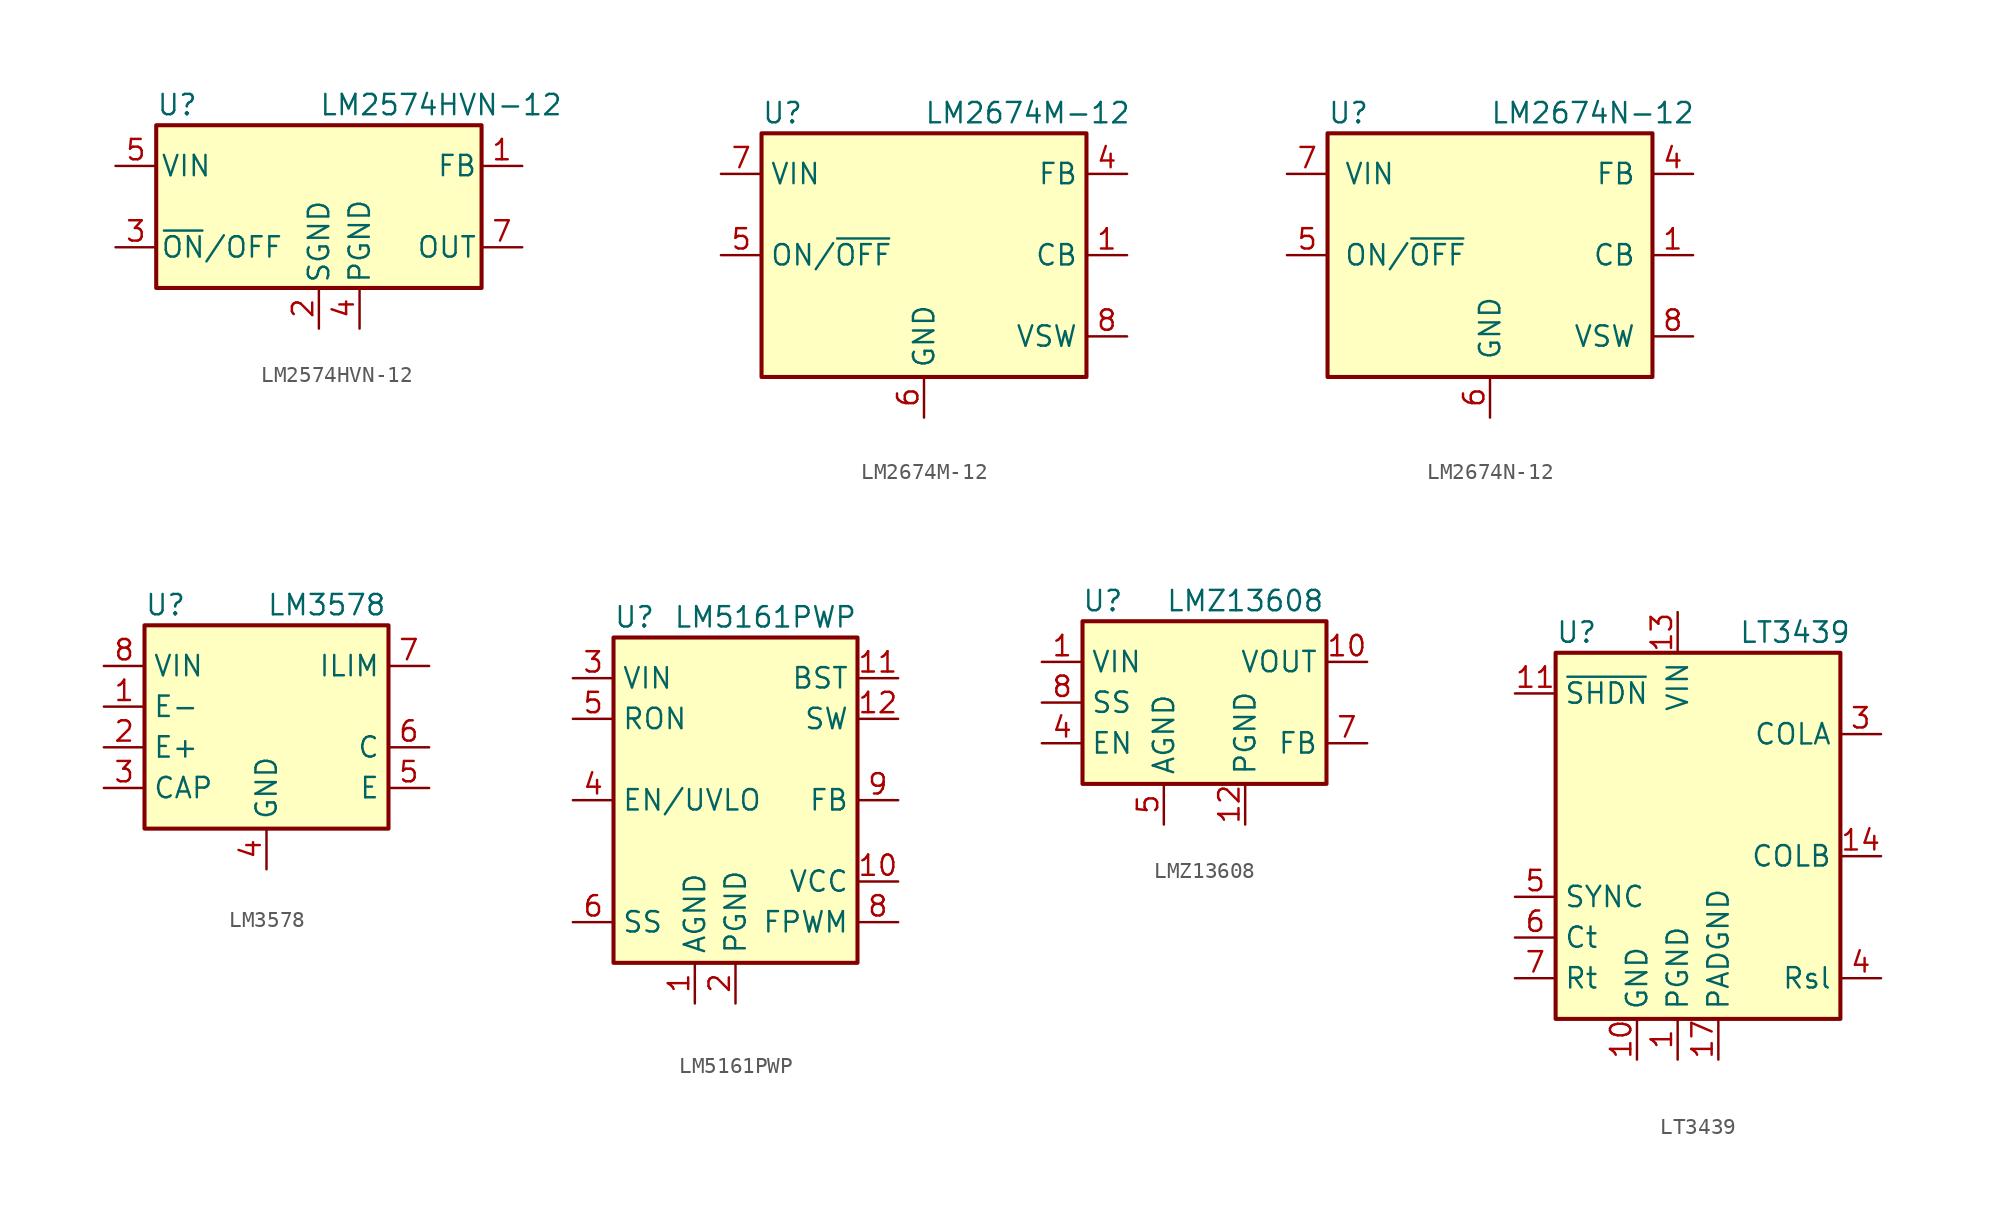
<source format=kicad_sym>
(kicad_symbol_lib
  (version 20201005)
  (generator kicad_symbol_editor)
  (symbol "Regulator_Switching:LM2574HVN-12"
    (pin_names
      (offset 0.254))
    (property "Reference" "U"
      (at -10.16 6.35 0)
      (effects (font (size 1.27 1.27)) (justify left)))
    (property "Value" "LM2574HVN-12"
      (at 0 6.35 0)
      (effects (font (size 1.27 1.27)) (justify left)))
    (symbol "LM2574HVN-12_0_1"
      (rectangle (start -10.16 5.08) (end 10.16 -5.08) (stroke (width 0.254)) (fill (type background))))
    (symbol "LM2574HVN-12_1_1"
      (pin input line (at 12.7 2.54 180) (length 2.54) (name "FB" (effects (font (size 1.27 1.27)))) (number "1" (effects (font (size 1.27 1.27)))))
      (pin power_in line (at 0 -7.62 90) (length 2.54) (name "SGND" (effects (font (size 1.27 1.27)))) (number "2" (effects (font (size 1.27 1.27)))))
      (pin input line (at -12.7 -2.54 0) (length 2.54) (name "~ON~/OFF" (effects (font (size 1.27 1.27)))) (number "3" (effects (font (size 1.27 1.27)))))
      (pin power_in line (at 2.54 -7.62 90) (length 2.54) (name "PGND" (effects (font (size 1.27 1.27)))) (number "4" (effects (font (size 1.27 1.27)))))
      (pin power_in line (at -12.7 2.54 0) (length 2.54) (name "VIN" (effects (font (size 1.27 1.27)))) (number "5" (effects (font (size 1.27 1.27)))))
      (pin no_connect line (at -10.16 0 0) (length 2.54) hide (name "NC" (effects (font (size 1.27 1.27)))) (number "6" (effects (font (size 1.27 1.27)))))
      (pin output line (at 12.7 -2.54 180) (length 2.54) (name "OUT" (effects (font (size 1.27 1.27)))) (number "7" (effects (font (size 1.27 1.27)))))
      (pin no_connect line (at 10.16 0 180) (length 2.54) hide (name "NC" (effects (font (size 1.27 1.27)))) (number "8" (effects (font (size 1.27 1.27)))))))
  (symbol "Regulator_Switching:LM2674M-12"
    (property "Reference" "U"
      (at -10.16 8.89 0)
      (effects (font (size 1.27 1.27)) (justify left)))
    (property "Value" "LM2674M-12"
      (at 0 8.89 0)
      (effects (font (size 1.27 1.27)) (justify left)))
    (symbol "LM2674M-12_0_1"
      (rectangle (start -10.16 7.62) (end 10.16 -7.62) (stroke (width 0.254)) (fill (type background))))
    (symbol "LM2674M-12_1_1"
      (pin input line (at 12.7 0 180) (length 2.54) (name "CB" (effects (font (size 1.27 1.27)))) (number "1" (effects (font (size 1.27 1.27)))))
      (pin no_connect line (at -10.16 -2.54 0) (length 2.54) hide (name "NC" (effects (font (size 1.27 1.27)))) (number "2" (effects (font (size 1.27 1.27)))))
      (pin no_connect line (at -10.16 -5.08 0) (length 2.54) hide (name "NC" (effects (font (size 1.27 1.27)))) (number "3" (effects (font (size 1.27 1.27)))))
      (pin input line (at 12.7 5.08 180) (length 2.54) (name "FB" (effects (font (size 1.27 1.27)))) (number "4" (effects (font (size 1.27 1.27)))))
      (pin input line (at -12.7 0 0) (length 2.54) (name "ON/~OFF" (effects (font (size 1.27 1.27)))) (number "5" (effects (font (size 1.27 1.27)))))
      (pin power_in line (at 0 -10.16 90) (length 2.54) (name "GND" (effects (font (size 1.27 1.27)))) (number "6" (effects (font (size 1.27 1.27)))))
      (pin power_in line (at -12.7 5.08 0) (length 2.54) (name "VIN" (effects (font (size 1.27 1.27)))) (number "7" (effects (font (size 1.27 1.27)))))
      (pin output line (at 12.7 -5.08 180) (length 2.54) (name "VSW" (effects (font (size 1.27 1.27)))) (number "8" (effects (font (size 1.27 1.27)))))))
  (symbol "Regulator_Switching:LM2674N-12"
    (pin_names
      (offset 1.016))
    (property "Reference" "U"
      (at -10.16 8.89 0)
      (effects (font (size 1.27 1.27)) (justify left)))
    (property "Value" "LM2674N-12"
      (at 0 8.89 0)
      (effects (font (size 1.27 1.27)) (justify left)))
    (symbol "LM2674N-12_0_1"
      (rectangle (start -10.16 7.62) (end 10.16 -7.62) (stroke (width 0.254)) (fill (type background))))
    (symbol "LM2674N-12_1_1"
      (pin input line (at 12.7 0 180) (length 2.54) (name "CB" (effects (font (size 1.27 1.27)))) (number "1" (effects (font (size 1.27 1.27)))))
      (pin no_connect line (at -10.16 -2.54 0) (length 2.54) hide (name "NC" (effects (font (size 1.27 1.27)))) (number "2" (effects (font (size 1.27 1.27)))))
      (pin no_connect line (at -10.16 -5.08 0) (length 2.54) hide (name "NC" (effects (font (size 1.27 1.27)))) (number "3" (effects (font (size 1.27 1.27)))))
      (pin input line (at 12.7 5.08 180) (length 2.54) (name "FB" (effects (font (size 1.27 1.27)))) (number "4" (effects (font (size 1.27 1.27)))))
      (pin input line (at -12.7 0 0) (length 2.54) (name "ON/~OFF" (effects (font (size 1.27 1.27)))) (number "5" (effects (font (size 1.27 1.27)))))
      (pin power_in line (at 0 -10.16 90) (length 2.54) (name "GND" (effects (font (size 1.27 1.27)))) (number "6" (effects (font (size 1.27 1.27)))))
      (pin power_in line (at -12.7 5.08 0) (length 2.54) (name "VIN" (effects (font (size 1.27 1.27)))) (number "7" (effects (font (size 1.27 1.27)))))
      (pin output line (at 12.7 -5.08 180) (length 2.54) (name "VSW" (effects (font (size 1.27 1.27)))) (number "8" (effects (font (size 1.27 1.27)))))))
  (symbol "Regulator_Switching:LM3578"
    (property "Reference" "U"
      (at -7.62 8.89 0)
      (effects (font (size 1.27 1.27)) (justify left)))
    (property "Value" "LM3578"
      (at 0 8.89 0)
      (effects (font (size 1.27 1.27)) (justify left)))
    (symbol "LM3578_0_1"
      (rectangle (start -7.62 -5.08) (end 7.62 7.62) (stroke (width 0.254)) (fill (type background))))
    (symbol "LM3578_1_1"
      (pin input line (at -10.16 2.54 0) (length 2.54) (name "E-" (effects (font (size 1.27 1.27)))) (number "1" (effects (font (size 1.27 1.27)))))
      (pin input line (at -10.16 0 0) (length 2.54) (name "E+" (effects (font (size 1.27 1.27)))) (number "2" (effects (font (size 1.27 1.27)))))
      (pin input line (at -10.16 -2.54 0) (length 2.54) (name "CAP" (effects (font (size 1.27 1.27)))) (number "3" (effects (font (size 1.27 1.27)))))
      (pin power_in line (at 0 -7.62 90) (length 2.54) (name "GND" (effects (font (size 1.27 1.27)))) (number "4" (effects (font (size 1.27 1.27)))))
      (pin open_emitter line (at 10.16 -2.54 180) (length 2.54) (name "E" (effects (font (size 1.27 1.27)))) (number "5" (effects (font (size 1.27 1.27)))))
      (pin open_collector line (at 10.16 0 180) (length 2.54) (name "C" (effects (font (size 1.27 1.27)))) (number "6" (effects (font (size 1.27 1.27)))))
      (pin input line (at 10.16 5.08 180) (length 2.54) (name "ILIM" (effects (font (size 1.27 1.27)))) (number "7" (effects (font (size 1.27 1.27)))))
      (pin power_in line (at -10.16 5.08 0) (length 2.54) (name "VIN" (effects (font (size 1.27 1.27)))) (number "8" (effects (font (size 1.27 1.27)))))))
  (symbol "Regulator_Switching:LM5161PWP"
    (property "Reference" "U"
      (at -7.62 11.43 0)
      (effects (font (size 1.27 1.27)) (justify left)))
    (property "Value" "LM5161PWP"
      (at 7.62 11.43 0)
      (effects (font (size 1.27 1.27)) (justify right)))
    (symbol "LM5161PWP_0_1"
      (rectangle (start -7.62 10.16) (end 7.62 -10.16) (stroke (width 0.254)) (fill (type background))))
    (symbol "LM5161PWP_1_1"
      (pin power_in line (at -2.54 -12.7 90) (length 2.54) (name "AGND" (effects (font (size 1.27 1.27)))) (number "1" (effects (font (size 1.27 1.27)))))
      (pin power_out line (at 10.16 -5.08 180) (length 2.54) (name "VCC" (effects (font (size 1.27 1.27)))) (number "10" (effects (font (size 1.27 1.27)))))
      (pin passive line (at 10.16 7.62 180) (length 2.54) (name "BST" (effects (font (size 1.27 1.27)))) (number "11" (effects (font (size 1.27 1.27)))))
      (pin power_out line (at 10.16 5.08 180) (length 2.54) (name "SW" (effects (font (size 1.27 1.27)))) (number "12" (effects (font (size 1.27 1.27)))))
      (pin passive line (at 10.16 5.08 180) (length 2.54) hide (name "SW" (effects (font (size 1.27 1.27)))) (number "13" (effects (font (size 1.27 1.27)))))
      (pin no_connect line (at -7.62 -5.08 0) (length 2.54) hide (name "NC" (effects (font (size 1.27 1.27)))) (number "14" (effects (font (size 1.27 1.27)))))
      (pin passive line (at -2.54 -12.7 90) (length 2.54) hide (name "AGND" (effects (font (size 1.27 1.27)))) (number "15" (effects (font (size 1.27 1.27)))))
      (pin power_in line (at 0 -12.7 90) (length 2.54) (name "PGND" (effects (font (size 1.27 1.27)))) (number "2" (effects (font (size 1.27 1.27)))))
      (pin power_in line (at -10.16 7.62 0) (length 2.54) (name "VIN" (effects (font (size 1.27 1.27)))) (number "3" (effects (font (size 1.27 1.27)))))
      (pin input line (at -10.16 0 0) (length 2.54) (name "EN/UVLO" (effects (font (size 1.27 1.27)))) (number "4" (effects (font (size 1.27 1.27)))))
      (pin input line (at -10.16 5.08 0) (length 2.54) (name "RON" (effects (font (size 1.27 1.27)))) (number "5" (effects (font (size 1.27 1.27)))))
      (pin passive line (at -10.16 -7.62 0) (length 2.54) (name "SS" (effects (font (size 1.27 1.27)))) (number "6" (effects (font (size 1.27 1.27)))))
      (pin no_connect line (at -7.62 -2.54 0) (length 2.54) hide (name "NC" (effects (font (size 1.27 1.27)))) (number "7" (effects (font (size 1.27 1.27)))))
      (pin input line (at 10.16 -7.62 180) (length 2.54) (name "FPWM" (effects (font (size 1.27 1.27)))) (number "8" (effects (font (size 1.27 1.27)))))
      (pin input line (at 10.16 0 180) (length 2.54) (name "FB" (effects (font (size 1.27 1.27)))) (number "9" (effects (font (size 1.27 1.27)))))))
  (symbol "Regulator_Switching:LMZ13608"
    (property "Reference" "U"
      (at -6.35 6.35 0)
      (effects (font (size 1.27 1.27))))
    (property "Value" "LMZ13608"
      (at 2.54 6.35 0)
      (effects (font (size 1.27 1.27))))
    (symbol "LMZ13608_0_1"
      (rectangle (start -7.62 5.08) (end 7.62 -5.08) (stroke (width 0.254)) (fill (type background))))
    (symbol "LMZ13608_1_1"
      (pin power_in line (at -10.16 2.54 0) (length 2.54) (name "VIN" (effects (font (size 1.27 1.27)))) (number "1" (effects (font (size 1.27 1.27)))))
      (pin power_out line (at 10.16 2.54 180) (length 2.54) (name "VOUT" (effects (font (size 1.27 1.27)))) (number "10" (effects (font (size 1.27 1.27)))))
      (pin passive line (at 10.16 2.54 180) (length 2.54) hide (name "VOUT" (effects (font (size 1.27 1.27)))) (number "11" (effects (font (size 1.27 1.27)))))
      (pin power_in line (at 2.54 -7.62 90) (length 2.54) (name "PGND" (effects (font (size 1.27 1.27)))) (number "12" (effects (font (size 1.27 1.27)))))
      (pin passive line (at -10.16 2.54 0) (length 2.54) hide (name "VIN" (effects (font (size 1.27 1.27)))) (number "2" (effects (font (size 1.27 1.27)))))
      (pin passive line (at -2.54 -7.62 90) (length 2.54) hide (name "AGND" (effects (font (size 1.27 1.27)))) (number "3" (effects (font (size 1.27 1.27)))))
      (pin input line (at -10.16 -2.54 0) (length 2.54) (name "EN" (effects (font (size 1.27 1.27)))) (number "4" (effects (font (size 1.27 1.27)))))
      (pin power_in line (at -2.54 -7.62 90) (length 2.54) (name "AGND" (effects (font (size 1.27 1.27)))) (number "5" (effects (font (size 1.27 1.27)))))
      (pin passive line (at -2.54 -7.62 90) (length 2.54) hide (name "AGND" (effects (font (size 1.27 1.27)))) (number "6" (effects (font (size 1.27 1.27)))))
      (pin input line (at 10.16 -2.54 180) (length 2.54) (name "FB" (effects (font (size 1.27 1.27)))) (number "7" (effects (font (size 1.27 1.27)))))
      (pin input line (at -10.16 0 0) (length 2.54) (name "SS" (effects (font (size 1.27 1.27)))) (number "8" (effects (font (size 1.27 1.27)))))
      (pin no_connect line (at 7.62 0 180) (length 2.54) hide (name "NC" (effects (font (size 1.27 1.27)))) (number "9" (effects (font (size 1.27 1.27)))))))
  (symbol "Regulator_Switching:LT3439"
    (property "Reference" "U"
      (at -7.62 11.43 0)
      (effects (font (size 1.27 1.27)) (justify left)))
    (property "Value" "LT3439"
      (at 3.81 11.43 0)
      (effects (font (size 1.27 1.27)) (justify left)))
    (symbol "LT3439_0_1"
      (rectangle (start -7.62 10.16) (end 10.16 -12.7) (stroke (width 0.254)) (fill (type background))))
    (symbol "LT3439_1_1"
      (pin power_in line (at 0 -15.24 90) (length 2.54) (name "PGND" (effects (font (size 1.27 1.27)))) (number "1" (effects (font (size 1.27 1.27)))))
      (pin power_in line (at -2.54 -15.24 90) (length 2.54) (name "GND" (effects (font (size 1.27 1.27)))) (number "10" (effects (font (size 1.27 1.27)))))
      (pin input line (at -10.16 7.62 0) (length 2.54) (name "~SHDN~" (effects (font (size 1.27 1.27)))) (number "11" (effects (font (size 1.27 1.27)))))
      (pin no_connect line (at -7.62 -2.54 0) (length 2.54) hide (name "NC" (effects (font (size 1.27 1.27)))) (number "12" (effects (font (size 1.27 1.27)))))
      (pin power_in line (at 0 12.7 270) (length 2.54) (name "VIN" (effects (font (size 1.27 1.27)))) (number "13" (effects (font (size 1.27 1.27)))))
      (pin output line (at 12.7 -2.54 180) (length 2.54) (name "COLB" (effects (font (size 1.27 1.27)))) (number "14" (effects (font (size 1.27 1.27)))))
      (pin no_connect line (at 10.16 0 180) (length 2.54) hide (name "NC" (effects (font (size 1.27 1.27)))) (number "15" (effects (font (size 1.27 1.27)))))
      (pin passive line (at 0 -15.24 90) (length 2.54) hide (name "PGND" (effects (font (size 1.27 1.27)))) (number "16" (effects (font (size 1.27 1.27)))))
      (pin power_in line (at 2.54 -15.24 90) (length 2.54) (name "PADGND" (effects (font (size 1.27 1.27)))) (number "17" (effects (font (size 1.27 1.27)))))
      (pin no_connect line (at -7.62 5.08 0) (length 2.54) hide (name "NC" (effects (font (size 1.27 1.27)))) (number "2" (effects (font (size 1.27 1.27)))))
      (pin output line (at 12.7 5.08 180) (length 2.54) (name "COLA" (effects (font (size 1.27 1.27)))) (number "3" (effects (font (size 1.27 1.27)))))
      (pin passive line (at 12.7 -10.16 180) (length 2.54) (name "Rsl" (effects (font (size 1.27 1.27)))) (number "4" (effects (font (size 1.27 1.27)))))
      (pin passive line (at -10.16 -5.08 0) (length 2.54) (name "SYNC" (effects (font (size 1.27 1.27)))) (number "5" (effects (font (size 1.27 1.27)))))
      (pin passive line (at -10.16 -7.62 0) (length 2.54) (name "Ct" (effects (font (size 1.27 1.27)))) (number "6" (effects (font (size 1.27 1.27)))))
      (pin passive line (at -10.16 -10.16 0) (length 2.54) (name "Rt" (effects (font (size 1.27 1.27)))) (number "7" (effects (font (size 1.27 1.27)))))
      (pin no_connect line (at -7.62 2.54 0) (length 2.54) hide (name "NC" (effects (font (size 1.27 1.27)))) (number "8" (effects (font (size 1.27 1.27)))))
      (pin no_connect line (at -7.62 0 0) (length 2.54) hide (name "NC" (effects (font (size 1.27 1.27)))) (number "9" (effects (font (size 1.27 1.27))))))))
</source>
